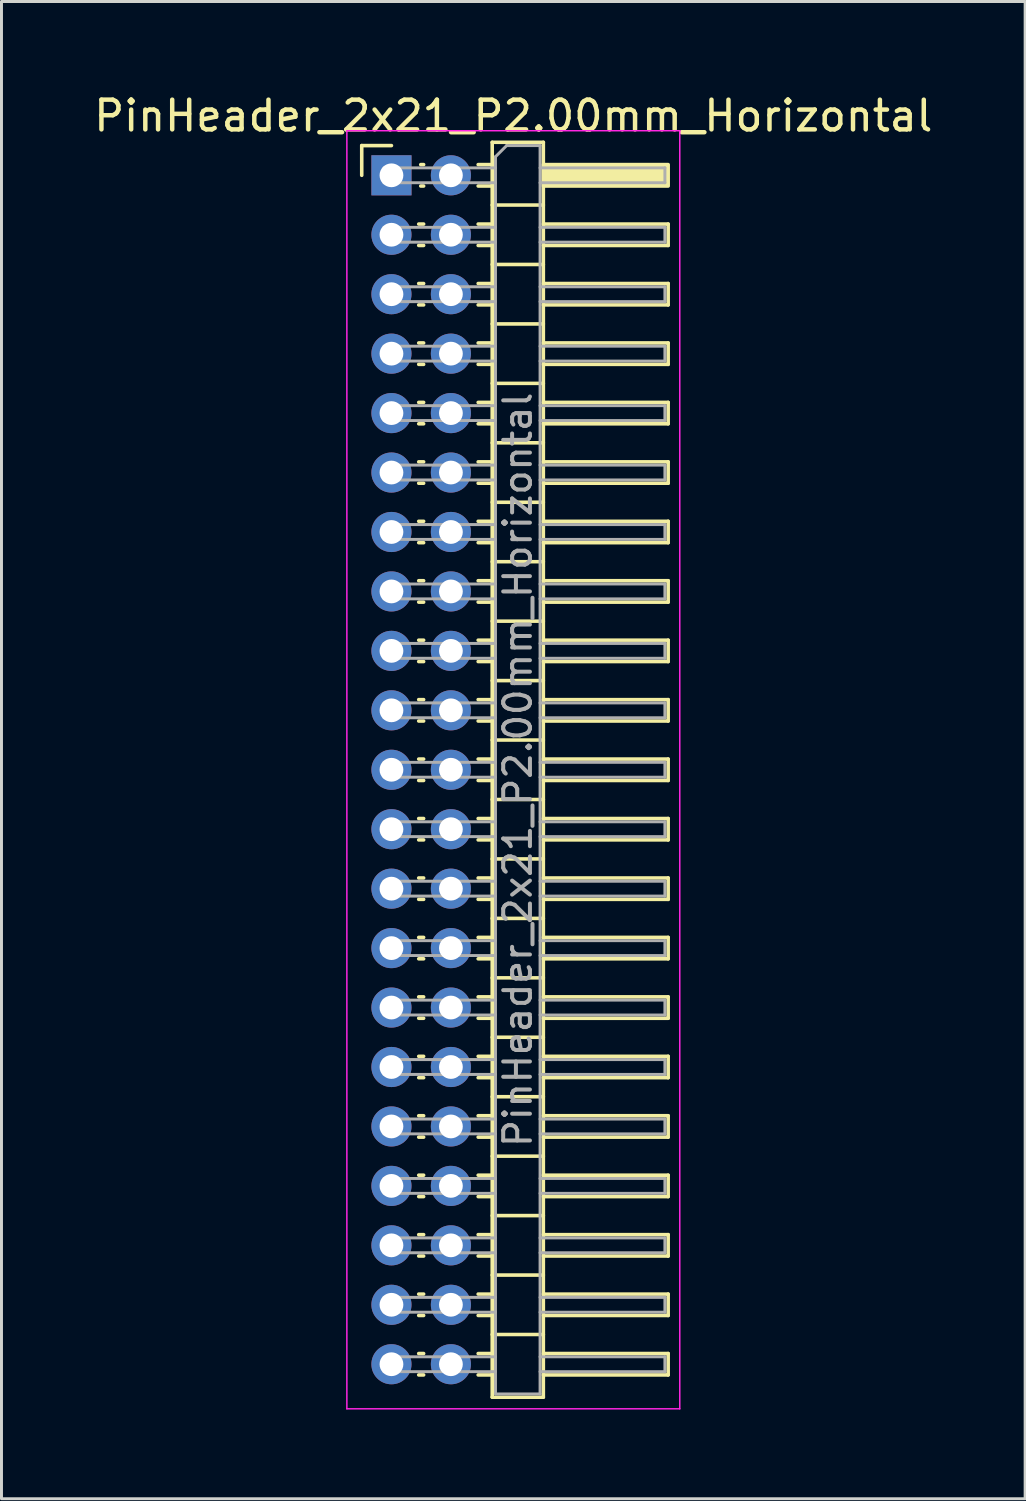
<source format=kicad_pcb>
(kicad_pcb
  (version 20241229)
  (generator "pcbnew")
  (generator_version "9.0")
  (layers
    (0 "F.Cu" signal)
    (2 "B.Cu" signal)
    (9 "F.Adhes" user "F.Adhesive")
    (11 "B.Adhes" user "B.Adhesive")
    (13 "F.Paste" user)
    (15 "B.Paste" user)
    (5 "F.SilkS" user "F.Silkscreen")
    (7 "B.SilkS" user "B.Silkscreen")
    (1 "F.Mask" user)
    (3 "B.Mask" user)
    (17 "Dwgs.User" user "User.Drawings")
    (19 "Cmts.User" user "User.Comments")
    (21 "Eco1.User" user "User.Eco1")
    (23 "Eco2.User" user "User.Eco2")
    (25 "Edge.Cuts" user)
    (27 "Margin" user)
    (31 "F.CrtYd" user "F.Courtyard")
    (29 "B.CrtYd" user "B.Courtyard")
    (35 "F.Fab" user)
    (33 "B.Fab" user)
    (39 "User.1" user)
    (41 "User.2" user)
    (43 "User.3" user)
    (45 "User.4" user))
  (footprint "PinHeader_2x21_P2.00mm_Horizontal"
    (layer "F.Cu")
    (at 10.12 2.848)
    (property "Reference" "PinHeader_2x21_P2.00mm_Horizontal" (at 4.1 -2 0) (layer "F.SilkS") (effects (font (size 1 1) (thickness 0.15))))
    (attr through_hole)
    (fp_line (start -1 -1) (end 0 -1) (stroke (width 0.12) (type solid)) (layer "F.SilkS"))
    (fp_line (start -1 0) (end -1 -1) (stroke (width 0.12) (type solid)) (layer "F.SilkS"))
    (fp_line (start 0.917 1.64) (end 1.083 1.64) (stroke (width 0.12) (type solid)) (layer "F.SilkS"))
    (fp_line (start 0.917 2.36) (end 1.083 2.36) (stroke (width 0.12) (type solid)) (layer "F.SilkS"))
    (fp_line (start 0.917 3.64) (end 1.083 3.64) (stroke (width 0.12) (type solid)) (layer "F.SilkS"))
    (fp_line (start 0.917 4.36) (end 1.083 4.36) (stroke (width 0.12) (type solid)) (layer "F.SilkS"))
    (fp_line (start 0.917 5.64) (end 1.083 5.64) (stroke (width 0.12) (type solid)) (layer "F.SilkS"))
    (fp_line (start 0.917 6.36) (end 1.083 6.36) (stroke (width 0.12) (type solid)) (layer "F.SilkS"))
    (fp_line (start 0.917 7.64) (end 1.083 7.64) (stroke (width 0.12) (type solid)) (layer "F.SilkS"))
    (fp_line (start 0.917 8.36) (end 1.083 8.36) (stroke (width 0.12) (type solid)) (layer "F.SilkS"))
    (fp_line (start 0.917 9.64) (end 1.083 9.64) (stroke (width 0.12) (type solid)) (layer "F.SilkS"))
    (fp_line (start 0.917 10.36) (end 1.083 10.36) (stroke (width 0.12) (type solid)) (layer "F.SilkS"))
    (fp_line (start 0.917 11.64) (end 1.083 11.64) (stroke (width 0.12) (type solid)) (layer "F.SilkS"))
    (fp_line (start 0.917 12.36) (end 1.083 12.36) (stroke (width 0.12) (type solid)) (layer "F.SilkS"))
    (fp_line (start 0.917 13.64) (end 1.083 13.64) (stroke (width 0.12) (type solid)) (layer "F.SilkS"))
    (fp_line (start 0.917 14.36) (end 1.083 14.36) (stroke (width 0.12) (type solid)) (layer "F.SilkS"))
    (fp_line (start 0.917 15.64) (end 1.083 15.64) (stroke (width 0.12) (type solid)) (layer "F.SilkS"))
    (fp_line (start 0.917 16.36) (end 1.083 16.36) (stroke (width 0.12) (type solid)) (layer "F.SilkS"))
    (fp_line (start 0.917 17.64) (end 1.083 17.64) (stroke (width 0.12) (type solid)) (layer "F.SilkS"))
    (fp_line (start 0.917 18.36) (end 1.083 18.36) (stroke (width 0.12) (type solid)) (layer "F.SilkS"))
    (fp_line (start 0.917 19.64) (end 1.083 19.64) (stroke (width 0.12) (type solid)) (layer "F.SilkS"))
    (fp_line (start 0.917 20.36) (end 1.083 20.36) (stroke (width 0.12) (type solid)) (layer "F.SilkS"))
    (fp_line (start 0.917 21.64) (end 1.083 21.64) (stroke (width 0.12) (type solid)) (layer "F.SilkS"))
    (fp_line (start 0.917 22.36) (end 1.083 22.36) (stroke (width 0.12) (type solid)) (layer "F.SilkS"))
    (fp_line (start 0.917 23.64) (end 1.083 23.64) (stroke (width 0.12) (type solid)) (layer "F.SilkS"))
    (fp_line (start 0.917 24.36) (end 1.083 24.36) (stroke (width 0.12) (type solid)) (layer "F.SilkS"))
    (fp_line (start 0.917 25.64) (end 1.083 25.64) (stroke (width 0.12) (type solid)) (layer "F.SilkS"))
    (fp_line (start 0.917 26.36) (end 1.083 26.36) (stroke (width 0.12) (type solid)) (layer "F.SilkS"))
    (fp_line (start 0.917 27.64) (end 1.083 27.64) (stroke (width 0.12) (type solid)) (layer "F.SilkS"))
    (fp_line (start 0.917 28.36) (end 1.083 28.36) (stroke (width 0.12) (type solid)) (layer "F.SilkS"))
    (fp_line (start 0.917 29.64) (end 1.083 29.64) (stroke (width 0.12) (type solid)) (layer "F.SilkS"))
    (fp_line (start 0.917 30.36) (end 1.083 30.36) (stroke (width 0.12) (type solid)) (layer "F.SilkS"))
    (fp_line (start 0.917 31.64) (end 1.083 31.64) (stroke (width 0.12) (type solid)) (layer "F.SilkS"))
    (fp_line (start 0.917 32.36) (end 1.083 32.36) (stroke (width 0.12) (type solid)) (layer "F.SilkS"))
    (fp_line (start 0.917 33.64) (end 1.083 33.64) (stroke (width 0.12) (type solid)) (layer "F.SilkS"))
    (fp_line (start 0.917 34.36) (end 1.083 34.36) (stroke (width 0.12) (type solid)) (layer "F.SilkS"))
    (fp_line (start 0.917 35.64) (end 1.083 35.64) (stroke (width 0.12) (type solid)) (layer "F.SilkS"))
    (fp_line (start 0.917 36.36) (end 1.083 36.36) (stroke (width 0.12) (type solid)) (layer "F.SilkS"))
    (fp_line (start 0.917 37.64) (end 1.083 37.64) (stroke (width 0.12) (type solid)) (layer "F.SilkS"))
    (fp_line (start 0.917 38.36) (end 1.083 38.36) (stroke (width 0.12) (type solid)) (layer "F.SilkS"))
    (fp_line (start 0.917 39.64) (end 1.083 39.64) (stroke (width 0.12) (type solid)) (layer "F.SilkS"))
    (fp_line (start 0.917 40.36) (end 1.083 40.36) (stroke (width 0.12) (type solid)) (layer "F.SilkS"))
    (fp_line (start 0.985 -0.36) (end 1.083 -0.36) (stroke (width 0.12) (type solid)) (layer "F.SilkS"))
    (fp_line (start 0.985 0.36) (end 1.083 0.36) (stroke (width 0.12) (type solid)) (layer "F.SilkS"))
    (fp_line (start 2.917 -0.36) (end 3.39 -0.36) (stroke (width 0.12) (type solid)) (layer "F.SilkS"))
    (fp_line (start 2.917 0.36) (end 3.39 0.36) (stroke (width 0.12) (type solid)) (layer "F.SilkS"))
    (fp_line (start 2.917 1.64) (end 3.39 1.64) (stroke (width 0.12) (type solid)) (layer "F.SilkS"))
    (fp_line (start 2.917 2.36) (end 3.39 2.36) (stroke (width 0.12) (type solid)) (layer "F.SilkS"))
    (fp_line (start 2.917 3.64) (end 3.39 3.64) (stroke (width 0.12) (type solid)) (layer "F.SilkS"))
    (fp_line (start 2.917 4.36) (end 3.39 4.36) (stroke (width 0.12) (type solid)) (layer "F.SilkS"))
    (fp_line (start 2.917 5.64) (end 3.39 5.64) (stroke (width 0.12) (type solid)) (layer "F.SilkS"))
    (fp_line (start 2.917 6.36) (end 3.39 6.36) (stroke (width 0.12) (type solid)) (layer "F.SilkS"))
    (fp_line (start 2.917 7.64) (end 3.39 7.64) (stroke (width 0.12) (type solid)) (layer "F.SilkS"))
    (fp_line (start 2.917 8.36) (end 3.39 8.36) (stroke (width 0.12) (type solid)) (layer "F.SilkS"))
    (fp_line (start 2.917 9.64) (end 3.39 9.64) (stroke (width 0.12) (type solid)) (layer "F.SilkS"))
    (fp_line (start 2.917 10.36) (end 3.39 10.36) (stroke (width 0.12) (type solid)) (layer "F.SilkS"))
    (fp_line (start 2.917 11.64) (end 3.39 11.64) (stroke (width 0.12) (type solid)) (layer "F.SilkS"))
    (fp_line (start 2.917 12.36) (end 3.39 12.36) (stroke (width 0.12) (type solid)) (layer "F.SilkS"))
    (fp_line (start 2.917 13.64) (end 3.39 13.64) (stroke (width 0.12) (type solid)) (layer "F.SilkS"))
    (fp_line (start 2.917 14.36) (end 3.39 14.36) (stroke (width 0.12) (type solid)) (layer "F.SilkS"))
    (fp_line (start 2.917 15.64) (end 3.39 15.64) (stroke (width 0.12) (type solid)) (layer "F.SilkS"))
    (fp_line (start 2.917 16.36) (end 3.39 16.36) (stroke (width 0.12) (type solid)) (layer "F.SilkS"))
    (fp_line (start 2.917 17.64) (end 3.39 17.64) (stroke (width 0.12) (type solid)) (layer "F.SilkS"))
    (fp_line (start 2.917 18.36) (end 3.39 18.36) (stroke (width 0.12) (type solid)) (layer "F.SilkS"))
    (fp_line (start 2.917 19.64) (end 3.39 19.64) (stroke (width 0.12) (type solid)) (layer "F.SilkS"))
    (fp_line (start 2.917 20.36) (end 3.39 20.36) (stroke (width 0.12) (type solid)) (layer "F.SilkS"))
    (fp_line (start 2.917 21.64) (end 3.39 21.64) (stroke (width 0.12) (type solid)) (layer "F.SilkS"))
    (fp_line (start 2.917 22.36) (end 3.39 22.36) (stroke (width 0.12) (type solid)) (layer "F.SilkS"))
    (fp_line (start 2.917 23.64) (end 3.39 23.64) (stroke (width 0.12) (type solid)) (layer "F.SilkS"))
    (fp_line (start 2.917 24.36) (end 3.39 24.36) (stroke (width 0.12) (type solid)) (layer "F.SilkS"))
    (fp_line (start 2.917 25.64) (end 3.39 25.64) (stroke (width 0.12) (type solid)) (layer "F.SilkS"))
    (fp_line (start 2.917 26.36) (end 3.39 26.36) (stroke (width 0.12) (type solid)) (layer "F.SilkS"))
    (fp_line (start 2.917 27.64) (end 3.39 27.64) (stroke (width 0.12) (type solid)) (layer "F.SilkS"))
    (fp_line (start 2.917 28.36) (end 3.39 28.36) (stroke (width 0.12) (type solid)) (layer "F.SilkS"))
    (fp_line (start 2.917 29.64) (end 3.39 29.64) (stroke (width 0.12) (type solid)) (layer "F.SilkS"))
    (fp_line (start 2.917 30.36) (end 3.39 30.36) (stroke (width 0.12) (type solid)) (layer "F.SilkS"))
    (fp_line (start 2.917 31.64) (end 3.39 31.64) (stroke (width 0.12) (type solid)) (layer "F.SilkS"))
    (fp_line (start 2.917 32.36) (end 3.39 32.36) (stroke (width 0.12) (type solid)) (layer "F.SilkS"))
    (fp_line (start 2.917 33.64) (end 3.39 33.64) (stroke (width 0.12) (type solid)) (layer "F.SilkS"))
    (fp_line (start 2.917 34.36) (end 3.39 34.36) (stroke (width 0.12) (type solid)) (layer "F.SilkS"))
    (fp_line (start 2.917 35.64) (end 3.39 35.64) (stroke (width 0.12) (type solid)) (layer "F.SilkS"))
    (fp_line (start 2.917 36.36) (end 3.39 36.36) (stroke (width 0.12) (type solid)) (layer "F.SilkS"))
    (fp_line (start 2.917 37.64) (end 3.39 37.64) (stroke (width 0.12) (type solid)) (layer "F.SilkS"))
    (fp_line (start 2.917 38.36) (end 3.39 38.36) (stroke (width 0.12) (type solid)) (layer "F.SilkS"))
    (fp_line (start 2.917 39.64) (end 3.39 39.64) (stroke (width 0.12) (type solid)) (layer "F.SilkS"))
    (fp_line (start 2.917 40.36) (end 3.39 40.36) (stroke (width 0.12) (type solid)) (layer "F.SilkS"))
    (fp_line (start 3.39 -1.11) (end 3.39 41.11) (stroke (width 0.12) (type solid)) (layer "F.SilkS"))
    (fp_line (start 3.39 1) (end 5.11 1) (stroke (width 0.12) (type solid)) (layer "F.SilkS"))
    (fp_line (start 3.39 3) (end 5.11 3) (stroke (width 0.12) (type solid)) (layer "F.SilkS"))
    (fp_line (start 3.39 5) (end 5.11 5) (stroke (width 0.12) (type solid)) (layer "F.SilkS"))
    (fp_line (start 3.39 7) (end 5.11 7) (stroke (width 0.12) (type solid)) (layer "F.SilkS"))
    (fp_line (start 3.39 9) (end 5.11 9) (stroke (width 0.12) (type solid)) (layer "F.SilkS"))
    (fp_line (start 3.39 11) (end 5.11 11) (stroke (width 0.12) (type solid)) (layer "F.SilkS"))
    (fp_line (start 3.39 13) (end 5.11 13) (stroke (width 0.12) (type solid)) (layer "F.SilkS"))
    (fp_line (start 3.39 15) (end 5.11 15) (stroke (width 0.12) (type solid)) (layer "F.SilkS"))
    (fp_line (start 3.39 17) (end 5.11 17) (stroke (width 0.12) (type solid)) (layer "F.SilkS"))
    (fp_line (start 3.39 19) (end 5.11 19) (stroke (width 0.12) (type solid)) (layer "F.SilkS"))
    (fp_line (start 3.39 21) (end 5.11 21) (stroke (width 0.12) (type solid)) (layer "F.SilkS"))
    (fp_line (start 3.39 23) (end 5.11 23) (stroke (width 0.12) (type solid)) (layer "F.SilkS"))
    (fp_line (start 3.39 25) (end 5.11 25) (stroke (width 0.12) (type solid)) (layer "F.SilkS"))
    (fp_line (start 3.39 27) (end 5.11 27) (stroke (width 0.12) (type solid)) (layer "F.SilkS"))
    (fp_line (start 3.39 29) (end 5.11 29) (stroke (width 0.12) (type solid)) (layer "F.SilkS"))
    (fp_line (start 3.39 31) (end 5.11 31) (stroke (width 0.12) (type solid)) (layer "F.SilkS"))
    (fp_line (start 3.39 33) (end 5.11 33) (stroke (width 0.12) (type solid)) (layer "F.SilkS"))
    (fp_line (start 3.39 35) (end 5.11 35) (stroke (width 0.12) (type solid)) (layer "F.SilkS"))
    (fp_line (start 3.39 37) (end 5.11 37) (stroke (width 0.12) (type solid)) (layer "F.SilkS"))
    (fp_line (start 3.39 39) (end 5.11 39) (stroke (width 0.12) (type solid)) (layer "F.SilkS"))
    (fp_line (start 3.39 41.11) (end 5.11 41.11) (stroke (width 0.12) (type solid)) (layer "F.SilkS"))
    (fp_line (start 5.11 -1.11) (end 3.39 -1.11) (stroke (width 0.12) (type solid)) (layer "F.SilkS"))
    (fp_line (start 5.11 1.64) (end 9.31 1.64) (stroke (width 0.12) (type solid)) (layer "F.SilkS"))
    (fp_line (start 5.11 3.64) (end 9.31 3.64) (stroke (width 0.12) (type solid)) (layer "F.SilkS"))
    (fp_line (start 5.11 5.64) (end 9.31 5.64) (stroke (width 0.12) (type solid)) (layer "F.SilkS"))
    (fp_line (start 5.11 7.64) (end 9.31 7.64) (stroke (width 0.12) (type solid)) (layer "F.SilkS"))
    (fp_line (start 5.11 9.64) (end 9.31 9.64) (stroke (width 0.12) (type solid)) (layer "F.SilkS"))
    (fp_line (start 5.11 11.64) (end 9.31 11.64) (stroke (width 0.12) (type solid)) (layer "F.SilkS"))
    (fp_line (start 5.11 13.64) (end 9.31 13.64) (stroke (width 0.12) (type solid)) (layer "F.SilkS"))
    (fp_line (start 5.11 15.64) (end 9.31 15.64) (stroke (width 0.12) (type solid)) (layer "F.SilkS"))
    (fp_line (start 5.11 17.64) (end 9.31 17.64) (stroke (width 0.12) (type solid)) (layer "F.SilkS"))
    (fp_line (start 5.11 19.64) (end 9.31 19.64) (stroke (width 0.12) (type solid)) (layer "F.SilkS"))
    (fp_line (start 5.11 21.64) (end 9.31 21.64) (stroke (width 0.12) (type solid)) (layer "F.SilkS"))
    (fp_line (start 5.11 23.64) (end 9.31 23.64) (stroke (width 0.12) (type solid)) (layer "F.SilkS"))
    (fp_line (start 5.11 25.64) (end 9.31 25.64) (stroke (width 0.12) (type solid)) (layer "F.SilkS"))
    (fp_line (start 5.11 27.64) (end 9.31 27.64) (stroke (width 0.12) (type solid)) (layer "F.SilkS"))
    (fp_line (start 5.11 29.64) (end 9.31 29.64) (stroke (width 0.12) (type solid)) (layer "F.SilkS"))
    (fp_line (start 5.11 31.64) (end 9.31 31.64) (stroke (width 0.12) (type solid)) (layer "F.SilkS"))
    (fp_line (start 5.11 33.64) (end 9.31 33.64) (stroke (width 0.12) (type solid)) (layer "F.SilkS"))
    (fp_line (start 5.11 35.64) (end 9.31 35.64) (stroke (width 0.12) (type solid)) (layer "F.SilkS"))
    (fp_line (start 5.11 37.64) (end 9.31 37.64) (stroke (width 0.12) (type solid)) (layer "F.SilkS"))
    (fp_line (start 5.11 39.64) (end 9.31 39.64) (stroke (width 0.12) (type solid)) (layer "F.SilkS"))
    (fp_line (start 5.11 41.11) (end 5.11 -1.11) (stroke (width 0.12) (type solid)) (layer "F.SilkS"))
    (fp_line (start 9.31 1.64) (end 9.31 2.36) (stroke (width 0.12) (type solid)) (layer "F.SilkS"))
    (fp_line (start 9.31 2.36) (end 5.11 2.36) (stroke (width 0.12) (type solid)) (layer "F.SilkS"))
    (fp_line (start 9.31 3.64) (end 9.31 4.36) (stroke (width 0.12) (type solid)) (layer "F.SilkS"))
    (fp_line (start 9.31 4.36) (end 5.11 4.36) (stroke (width 0.12) (type solid)) (layer "F.SilkS"))
    (fp_line (start 9.31 5.64) (end 9.31 6.36) (stroke (width 0.12) (type solid)) (layer "F.SilkS"))
    (fp_line (start 9.31 6.36) (end 5.11 6.36) (stroke (width 0.12) (type solid)) (layer "F.SilkS"))
    (fp_line (start 9.31 7.64) (end 9.31 8.36) (stroke (width 0.12) (type solid)) (layer "F.SilkS"))
    (fp_line (start 9.31 8.36) (end 5.11 8.36) (stroke (width 0.12) (type solid)) (layer "F.SilkS"))
    (fp_line (start 9.31 9.64) (end 9.31 10.36) (stroke (width 0.12) (type solid)) (layer "F.SilkS"))
    (fp_line (start 9.31 10.36) (end 5.11 10.36) (stroke (width 0.12) (type solid)) (layer "F.SilkS"))
    (fp_line (start 9.31 11.64) (end 9.31 12.36) (stroke (width 0.12) (type solid)) (layer "F.SilkS"))
    (fp_line (start 9.31 12.36) (end 5.11 12.36) (stroke (width 0.12) (type solid)) (layer "F.SilkS"))
    (fp_line (start 9.31 13.64) (end 9.31 14.36) (stroke (width 0.12) (type solid)) (layer "F.SilkS"))
    (fp_line (start 9.31 14.36) (end 5.11 14.36) (stroke (width 0.12) (type solid)) (layer "F.SilkS"))
    (fp_line (start 9.31 15.64) (end 9.31 16.36) (stroke (width 0.12) (type solid)) (layer "F.SilkS"))
    (fp_line (start 9.31 16.36) (end 5.11 16.36) (stroke (width 0.12) (type solid)) (layer "F.SilkS"))
    (fp_line (start 9.31 17.64) (end 9.31 18.36) (stroke (width 0.12) (type solid)) (layer "F.SilkS"))
    (fp_line (start 9.31 18.36) (end 5.11 18.36) (stroke (width 0.12) (type solid)) (layer "F.SilkS"))
    (fp_line (start 9.31 19.64) (end 9.31 20.36) (stroke (width 0.12) (type solid)) (layer "F.SilkS"))
    (fp_line (start 9.31 20.36) (end 5.11 20.36) (stroke (width 0.12) (type solid)) (layer "F.SilkS"))
    (fp_line (start 9.31 21.64) (end 9.31 22.36) (stroke (width 0.12) (type solid)) (layer "F.SilkS"))
    (fp_line (start 9.31 22.36) (end 5.11 22.36) (stroke (width 0.12) (type solid)) (layer "F.SilkS"))
    (fp_line (start 9.31 23.64) (end 9.31 24.36) (stroke (width 0.12) (type solid)) (layer "F.SilkS"))
    (fp_line (start 9.31 24.36) (end 5.11 24.36) (stroke (width 0.12) (type solid)) (layer "F.SilkS"))
    (fp_line (start 9.31 25.64) (end 9.31 26.36) (stroke (width 0.12) (type solid)) (layer "F.SilkS"))
    (fp_line (start 9.31 26.36) (end 5.11 26.36) (stroke (width 0.12) (type solid)) (layer "F.SilkS"))
    (fp_line (start 9.31 27.64) (end 9.31 28.36) (stroke (width 0.12) (type solid)) (layer "F.SilkS"))
    (fp_line (start 9.31 28.36) (end 5.11 28.36) (stroke (width 0.12) (type solid)) (layer "F.SilkS"))
    (fp_line (start 9.31 29.64) (end 9.31 30.36) (stroke (width 0.12) (type solid)) (layer "F.SilkS"))
    (fp_line (start 9.31 30.36) (end 5.11 30.36) (stroke (width 0.12) (type solid)) (layer "F.SilkS"))
    (fp_line (start 9.31 31.64) (end 9.31 32.36) (stroke (width 0.12) (type solid)) (layer "F.SilkS"))
    (fp_line (start 9.31 32.36) (end 5.11 32.36) (stroke (width 0.12) (type solid)) (layer "F.SilkS"))
    (fp_line (start 9.31 33.64) (end 9.31 34.36) (stroke (width 0.12) (type solid)) (layer "F.SilkS"))
    (fp_line (start 9.31 34.36) (end 5.11 34.36) (stroke (width 0.12) (type solid)) (layer "F.SilkS"))
    (fp_line (start 9.31 35.64) (end 9.31 36.36) (stroke (width 0.12) (type solid)) (layer "F.SilkS"))
    (fp_line (start 9.31 36.36) (end 5.11 36.36) (stroke (width 0.12) (type solid)) (layer "F.SilkS"))
    (fp_line (start 9.31 37.64) (end 9.31 38.36) (stroke (width 0.12) (type solid)) (layer "F.SilkS"))
    (fp_line (start 9.31 38.36) (end 5.11 38.36) (stroke (width 0.12) (type solid)) (layer "F.SilkS"))
    (fp_line (start 9.31 39.64) (end 9.31 40.36) (stroke (width 0.12) (type solid)) (layer "F.SilkS"))
    (fp_line (start 9.31 40.36) (end 5.11 40.36) (stroke (width 0.12) (type solid)) (layer "F.SilkS"))
    (fp_rect (start 5.11 -0.36) (end 9.31 0.36) (stroke (width 0.12) (type solid)) (fill yes) (layer "F.SilkS"))
    (fp_line (start -1.5 -1.5) (end -1.5 41.5) (stroke (width 0.05) (type solid)) (layer "F.CrtYd"))
    (fp_line (start -1.5 41.5) (end 9.7 41.5) (stroke (width 0.05) (type solid)) (layer "F.CrtYd"))
    (fp_line (start 9.7 -1.5) (end -1.5 -1.5) (stroke (width 0.05) (type solid)) (layer "F.CrtYd"))
    (fp_line (start 9.7 41.5) (end 9.7 -1.5) (stroke (width 0.05) (type solid)) (layer "F.CrtYd"))
    (fp_line (start -0.25 -0.25) (end -0.25 0.25) (stroke (width 0.1) (type solid)) (layer "F.Fab"))
    (fp_line (start -0.25 -0.25) (end 3.5 -0.25) (stroke (width 0.1) (type solid)) (layer "F.Fab"))
    (fp_line (start -0.25 0.25) (end 3.5 0.25) (stroke (width 0.1) (type solid)) (layer "F.Fab"))
    (fp_line (start -0.25 1.75) (end -0.25 2.25) (stroke (width 0.1) (type solid)) (layer "F.Fab"))
    (fp_line (start -0.25 1.75) (end 3.5 1.75) (stroke (width 0.1) (type solid)) (layer "F.Fab"))
    (fp_line (start -0.25 2.25) (end 3.5 2.25) (stroke (width 0.1) (type solid)) (layer "F.Fab"))
    (fp_line (start -0.25 3.75) (end -0.25 4.25) (stroke (width 0.1) (type solid)) (layer "F.Fab"))
    (fp_line (start -0.25 3.75) (end 3.5 3.75) (stroke (width 0.1) (type solid)) (layer "F.Fab"))
    (fp_line (start -0.25 4.25) (end 3.5 4.25) (stroke (width 0.1) (type solid)) (layer "F.Fab"))
    (fp_line (start -0.25 5.75) (end -0.25 6.25) (stroke (width 0.1) (type solid)) (layer "F.Fab"))
    (fp_line (start -0.25 5.75) (end 3.5 5.75) (stroke (width 0.1) (type solid)) (layer "F.Fab"))
    (fp_line (start -0.25 6.25) (end 3.5 6.25) (stroke (width 0.1) (type solid)) (layer "F.Fab"))
    (fp_line (start -0.25 7.75) (end -0.25 8.25) (stroke (width 0.1) (type solid)) (layer "F.Fab"))
    (fp_line (start -0.25 7.75) (end 3.5 7.75) (stroke (width 0.1) (type solid)) (layer "F.Fab"))
    (fp_line (start -0.25 8.25) (end 3.5 8.25) (stroke (width 0.1) (type solid)) (layer "F.Fab"))
    (fp_line (start -0.25 9.75) (end -0.25 10.25) (stroke (width 0.1) (type solid)) (layer "F.Fab"))
    (fp_line (start -0.25 9.75) (end 3.5 9.75) (stroke (width 0.1) (type solid)) (layer "F.Fab"))
    (fp_line (start -0.25 10.25) (end 3.5 10.25) (stroke (width 0.1) (type solid)) (layer "F.Fab"))
    (fp_line (start -0.25 11.75) (end -0.25 12.25) (stroke (width 0.1) (type solid)) (layer "F.Fab"))
    (fp_line (start -0.25 11.75) (end 3.5 11.75) (stroke (width 0.1) (type solid)) (layer "F.Fab"))
    (fp_line (start -0.25 12.25) (end 3.5 12.25) (stroke (width 0.1) (type solid)) (layer "F.Fab"))
    (fp_line (start -0.25 13.75) (end -0.25 14.25) (stroke (width 0.1) (type solid)) (layer "F.Fab"))
    (fp_line (start -0.25 13.75) (end 3.5 13.75) (stroke (width 0.1) (type solid)) (layer "F.Fab"))
    (fp_line (start -0.25 14.25) (end 3.5 14.25) (stroke (width 0.1) (type solid)) (layer "F.Fab"))
    (fp_line (start -0.25 15.75) (end -0.25 16.25) (stroke (width 0.1) (type solid)) (layer "F.Fab"))
    (fp_line (start -0.25 15.75) (end 3.5 15.75) (stroke (width 0.1) (type solid)) (layer "F.Fab"))
    (fp_line (start -0.25 16.25) (end 3.5 16.25) (stroke (width 0.1) (type solid)) (layer "F.Fab"))
    (fp_line (start -0.25 17.75) (end -0.25 18.25) (stroke (width 0.1) (type solid)) (layer "F.Fab"))
    (fp_line (start -0.25 17.75) (end 3.5 17.75) (stroke (width 0.1) (type solid)) (layer "F.Fab"))
    (fp_line (start -0.25 18.25) (end 3.5 18.25) (stroke (width 0.1) (type solid)) (layer "F.Fab"))
    (fp_line (start -0.25 19.75) (end -0.25 20.25) (stroke (width 0.1) (type solid)) (layer "F.Fab"))
    (fp_line (start -0.25 19.75) (end 3.5 19.75) (stroke (width 0.1) (type solid)) (layer "F.Fab"))
    (fp_line (start -0.25 20.25) (end 3.5 20.25) (stroke (width 0.1) (type solid)) (layer "F.Fab"))
    (fp_line (start -0.25 21.75) (end -0.25 22.25) (stroke (width 0.1) (type solid)) (layer "F.Fab"))
    (fp_line (start -0.25 21.75) (end 3.5 21.75) (stroke (width 0.1) (type solid)) (layer "F.Fab"))
    (fp_line (start -0.25 22.25) (end 3.5 22.25) (stroke (width 0.1) (type solid)) (layer "F.Fab"))
    (fp_line (start -0.25 23.75) (end -0.25 24.25) (stroke (width 0.1) (type solid)) (layer "F.Fab"))
    (fp_line (start -0.25 23.75) (end 3.5 23.75) (stroke (width 0.1) (type solid)) (layer "F.Fab"))
    (fp_line (start -0.25 24.25) (end 3.5 24.25) (stroke (width 0.1) (type solid)) (layer "F.Fab"))
    (fp_line (start -0.25 25.75) (end -0.25 26.25) (stroke (width 0.1) (type solid)) (layer "F.Fab"))
    (fp_line (start -0.25 25.75) (end 3.5 25.75) (stroke (width 0.1) (type solid)) (layer "F.Fab"))
    (fp_line (start -0.25 26.25) (end 3.5 26.25) (stroke (width 0.1) (type solid)) (layer "F.Fab"))
    (fp_line (start -0.25 27.75) (end -0.25 28.25) (stroke (width 0.1) (type solid)) (layer "F.Fab"))
    (fp_line (start -0.25 27.75) (end 3.5 27.75) (stroke (width 0.1) (type solid)) (layer "F.Fab"))
    (fp_line (start -0.25 28.25) (end 3.5 28.25) (stroke (width 0.1) (type solid)) (layer "F.Fab"))
    (fp_line (start -0.25 29.75) (end -0.25 30.25) (stroke (width 0.1) (type solid)) (layer "F.Fab"))
    (fp_line (start -0.25 29.75) (end 3.5 29.75) (stroke (width 0.1) (type solid)) (layer "F.Fab"))
    (fp_line (start -0.25 30.25) (end 3.5 30.25) (stroke (width 0.1) (type solid)) (layer "F.Fab"))
    (fp_line (start -0.25 31.75) (end -0.25 32.25) (stroke (width 0.1) (type solid)) (layer "F.Fab"))
    (fp_line (start -0.25 31.75) (end 3.5 31.75) (stroke (width 0.1) (type solid)) (layer "F.Fab"))
    (fp_line (start -0.25 32.25) (end 3.5 32.25) (stroke (width 0.1) (type solid)) (layer "F.Fab"))
    (fp_line (start -0.25 33.75) (end -0.25 34.25) (stroke (width 0.1) (type solid)) (layer "F.Fab"))
    (fp_line (start -0.25 33.75) (end 3.5 33.75) (stroke (width 0.1) (type solid)) (layer "F.Fab"))
    (fp_line (start -0.25 34.25) (end 3.5 34.25) (stroke (width 0.1) (type solid)) (layer "F.Fab"))
    (fp_line (start -0.25 35.75) (end -0.25 36.25) (stroke (width 0.1) (type solid)) (layer "F.Fab"))
    (fp_line (start -0.25 35.75) (end 3.5 35.75) (stroke (width 0.1) (type solid)) (layer "F.Fab"))
    (fp_line (start -0.25 36.25) (end 3.5 36.25) (stroke (width 0.1) (type solid)) (layer "F.Fab"))
    (fp_line (start -0.25 37.75) (end -0.25 38.25) (stroke (width 0.1) (type solid)) (layer "F.Fab"))
    (fp_line (start -0.25 37.75) (end 3.5 37.75) (stroke (width 0.1) (type solid)) (layer "F.Fab"))
    (fp_line (start -0.25 38.25) (end 3.5 38.25) (stroke (width 0.1) (type solid)) (layer "F.Fab"))
    (fp_line (start -0.25 39.75) (end -0.25 40.25) (stroke (width 0.1) (type solid)) (layer "F.Fab"))
    (fp_line (start -0.25 39.75) (end 3.5 39.75) (stroke (width 0.1) (type solid)) (layer "F.Fab"))
    (fp_line (start -0.25 40.25) (end 3.5 40.25) (stroke (width 0.1) (type solid)) (layer "F.Fab"))
    (fp_line (start 3.5 -0.625) (end 3.875 -1) (stroke (width 0.1) (type solid)) (layer "F.Fab"))
    (fp_line (start 3.5 41) (end 3.5 -0.625) (stroke (width 0.1) (type solid)) (layer "F.Fab"))
    (fp_line (start 3.875 -1) (end 5 -1) (stroke (width 0.1) (type solid)) (layer "F.Fab"))
    (fp_line (start 5 -1) (end 5 41) (stroke (width 0.1) (type solid)) (layer "F.Fab"))
    (fp_line (start 5 -0.25) (end 9.2 -0.25) (stroke (width 0.1) (type solid)) (layer "F.Fab"))
    (fp_line (start 5 0.25) (end 9.2 0.25) (stroke (width 0.1) (type solid)) (layer "F.Fab"))
    (fp_line (start 5 1.75) (end 9.2 1.75) (stroke (width 0.1) (type solid)) (layer "F.Fab"))
    (fp_line (start 5 2.25) (end 9.2 2.25) (stroke (width 0.1) (type solid)) (layer "F.Fab"))
    (fp_line (start 5 3.75) (end 9.2 3.75) (stroke (width 0.1) (type solid)) (layer "F.Fab"))
    (fp_line (start 5 4.25) (end 9.2 4.25) (stroke (width 0.1) (type solid)) (layer "F.Fab"))
    (fp_line (start 5 5.75) (end 9.2 5.75) (stroke (width 0.1) (type solid)) (layer "F.Fab"))
    (fp_line (start 5 6.25) (end 9.2 6.25) (stroke (width 0.1) (type solid)) (layer "F.Fab"))
    (fp_line (start 5 7.75) (end 9.2 7.75) (stroke (width 0.1) (type solid)) (layer "F.Fab"))
    (fp_line (start 5 8.25) (end 9.2 8.25) (stroke (width 0.1) (type solid)) (layer "F.Fab"))
    (fp_line (start 5 9.75) (end 9.2 9.75) (stroke (width 0.1) (type solid)) (layer "F.Fab"))
    (fp_line (start 5 10.25) (end 9.2 10.25) (stroke (width 0.1) (type solid)) (layer "F.Fab"))
    (fp_line (start 5 11.75) (end 9.2 11.75) (stroke (width 0.1) (type solid)) (layer "F.Fab"))
    (fp_line (start 5 12.25) (end 9.2 12.25) (stroke (width 0.1) (type solid)) (layer "F.Fab"))
    (fp_line (start 5 13.75) (end 9.2 13.75) (stroke (width 0.1) (type solid)) (layer "F.Fab"))
    (fp_line (start 5 14.25) (end 9.2 14.25) (stroke (width 0.1) (type solid)) (layer "F.Fab"))
    (fp_line (start 5 15.75) (end 9.2 15.75) (stroke (width 0.1) (type solid)) (layer "F.Fab"))
    (fp_line (start 5 16.25) (end 9.2 16.25) (stroke (width 0.1) (type solid)) (layer "F.Fab"))
    (fp_line (start 5 17.75) (end 9.2 17.75) (stroke (width 0.1) (type solid)) (layer "F.Fab"))
    (fp_line (start 5 18.25) (end 9.2 18.25) (stroke (width 0.1) (type solid)) (layer "F.Fab"))
    (fp_line (start 5 19.75) (end 9.2 19.75) (stroke (width 0.1) (type solid)) (layer "F.Fab"))
    (fp_line (start 5 20.25) (end 9.2 20.25) (stroke (width 0.1) (type solid)) (layer "F.Fab"))
    (fp_line (start 5 21.75) (end 9.2 21.75) (stroke (width 0.1) (type solid)) (layer "F.Fab"))
    (fp_line (start 5 22.25) (end 9.2 22.25) (stroke (width 0.1) (type solid)) (layer "F.Fab"))
    (fp_line (start 5 23.75) (end 9.2 23.75) (stroke (width 0.1) (type solid)) (layer "F.Fab"))
    (fp_line (start 5 24.25) (end 9.2 24.25) (stroke (width 0.1) (type solid)) (layer "F.Fab"))
    (fp_line (start 5 25.75) (end 9.2 25.75) (stroke (width 0.1) (type solid)) (layer "F.Fab"))
    (fp_line (start 5 26.25) (end 9.2 26.25) (stroke (width 0.1) (type solid)) (layer "F.Fab"))
    (fp_line (start 5 27.75) (end 9.2 27.75) (stroke (width 0.1) (type solid)) (layer "F.Fab"))
    (fp_line (start 5 28.25) (end 9.2 28.25) (stroke (width 0.1) (type solid)) (layer "F.Fab"))
    (fp_line (start 5 29.75) (end 9.2 29.75) (stroke (width 0.1) (type solid)) (layer "F.Fab"))
    (fp_line (start 5 30.25) (end 9.2 30.25) (stroke (width 0.1) (type solid)) (layer "F.Fab"))
    (fp_line (start 5 31.75) (end 9.2 31.75) (stroke (width 0.1) (type solid)) (layer "F.Fab"))
    (fp_line (start 5 32.25) (end 9.2 32.25) (stroke (width 0.1) (type solid)) (layer "F.Fab"))
    (fp_line (start 5 33.75) (end 9.2 33.75) (stroke (width 0.1) (type solid)) (layer "F.Fab"))
    (fp_line (start 5 34.25) (end 9.2 34.25) (stroke (width 0.1) (type solid)) (layer "F.Fab"))
    (fp_line (start 5 35.75) (end 9.2 35.75) (stroke (width 0.1) (type solid)) (layer "F.Fab"))
    (fp_line (start 5 36.25) (end 9.2 36.25) (stroke (width 0.1) (type solid)) (layer "F.Fab"))
    (fp_line (start 5 37.75) (end 9.2 37.75) (stroke (width 0.1) (type solid)) (layer "F.Fab"))
    (fp_line (start 5 38.25) (end 9.2 38.25) (stroke (width 0.1) (type solid)) (layer "F.Fab"))
    (fp_line (start 5 39.75) (end 9.2 39.75) (stroke (width 0.1) (type solid)) (layer "F.Fab"))
    (fp_line (start 5 40.25) (end 9.2 40.25) (stroke (width 0.1) (type solid)) (layer "F.Fab"))
    (fp_line (start 5 41) (end 3.5 41) (stroke (width 0.1) (type solid)) (layer "F.Fab"))
    (fp_line (start 9.2 -0.25) (end 9.2 0.25) (stroke (width 0.1) (type solid)) (layer "F.Fab"))
    (fp_line (start 9.2 1.75) (end 9.2 2.25) (stroke (width 0.1) (type solid)) (layer "F.Fab"))
    (fp_line (start 9.2 3.75) (end 9.2 4.25) (stroke (width 0.1) (type solid)) (layer "F.Fab"))
    (fp_line (start 9.2 5.75) (end 9.2 6.25) (stroke (width 0.1) (type solid)) (layer "F.Fab"))
    (fp_line (start 9.2 7.75) (end 9.2 8.25) (stroke (width 0.1) (type solid)) (layer "F.Fab"))
    (fp_line (start 9.2 9.75) (end 9.2 10.25) (stroke (width 0.1) (type solid)) (layer "F.Fab"))
    (fp_line (start 9.2 11.75) (end 9.2 12.25) (stroke (width 0.1) (type solid)) (layer "F.Fab"))
    (fp_line (start 9.2 13.75) (end 9.2 14.25) (stroke (width 0.1) (type solid)) (layer "F.Fab"))
    (fp_line (start 9.2 15.75) (end 9.2 16.25) (stroke (width 0.1) (type solid)) (layer "F.Fab"))
    (fp_line (start 9.2 17.75) (end 9.2 18.25) (stroke (width 0.1) (type solid)) (layer "F.Fab"))
    (fp_line (start 9.2 19.75) (end 9.2 20.25) (stroke (width 0.1) (type solid)) (layer "F.Fab"))
    (fp_line (start 9.2 21.75) (end 9.2 22.25) (stroke (width 0.1) (type solid)) (layer "F.Fab"))
    (fp_line (start 9.2 23.75) (end 9.2 24.25) (stroke (width 0.1) (type solid)) (layer "F.Fab"))
    (fp_line (start 9.2 25.75) (end 9.2 26.25) (stroke (width 0.1) (type solid)) (layer "F.Fab"))
    (fp_line (start 9.2 27.75) (end 9.2 28.25) (stroke (width 0.1) (type solid)) (layer "F.Fab"))
    (fp_line (start 9.2 29.75) (end 9.2 30.25) (stroke (width 0.1) (type solid)) (layer "F.Fab"))
    (fp_line (start 9.2 31.75) (end 9.2 32.25) (stroke (width 0.1) (type solid)) (layer "F.Fab"))
    (fp_line (start 9.2 33.75) (end 9.2 34.25) (stroke (width 0.1) (type solid)) (layer "F.Fab"))
    (fp_line (start 9.2 35.75) (end 9.2 36.25) (stroke (width 0.1) (type solid)) (layer "F.Fab"))
    (fp_line (start 9.2 37.75) (end 9.2 38.25) (stroke (width 0.1) (type solid)) (layer "F.Fab"))
    (fp_line (start 9.2 39.75) (end 9.2 40.25) (stroke (width 0.1) (type solid)) (layer "F.Fab"))
    (fp_text user "${REFERENCE}" (at 4.25 20 90) (layer "F.Fab") (effects (font (size 0.9 0.9) (thickness 0.135))))
    (pad "1" thru_hole rect (at 0 0) (size 1.35 1.35) (drill 0.8) (layers "*.Cu" "*.Mask"))
    (pad "2" thru_hole circle (at 2 0) (size 1.35 1.35) (drill 0.8) (layers "*.Cu" "*.Mask"))
    (pad "3" thru_hole circle (at 0 2) (size 1.35 1.35) (drill 0.8) (layers "*.Cu" "*.Mask"))
    (pad "4" thru_hole circle (at 2 2) (size 1.35 1.35) (drill 0.8) (layers "*.Cu" "*.Mask"))
    (pad "5" thru_hole circle (at 0 4) (size 1.35 1.35) (drill 0.8) (layers "*.Cu" "*.Mask"))
    (pad "6" thru_hole circle (at 2 4) (size 1.35 1.35) (drill 0.8) (layers "*.Cu" "*.Mask"))
    (pad "7" thru_hole circle (at 0 6) (size 1.35 1.35) (drill 0.8) (layers "*.Cu" "*.Mask"))
    (pad "8" thru_hole circle (at 2 6) (size 1.35 1.35) (drill 0.8) (layers "*.Cu" "*.Mask"))
    (pad "9" thru_hole circle (at 0 8) (size 1.35 1.35) (drill 0.8) (layers "*.Cu" "*.Mask"))
    (pad "10" thru_hole circle (at 2 8) (size 1.35 1.35) (drill 0.8) (layers "*.Cu" "*.Mask"))
    (pad "11" thru_hole circle (at 0 10) (size 1.35 1.35) (drill 0.8) (layers "*.Cu" "*.Mask"))
    (pad "12" thru_hole circle (at 2 10) (size 1.35 1.35) (drill 0.8) (layers "*.Cu" "*.Mask"))
    (pad "13" thru_hole circle (at 0 12) (size 1.35 1.35) (drill 0.8) (layers "*.Cu" "*.Mask"))
    (pad "14" thru_hole circle (at 2 12) (size 1.35 1.35) (drill 0.8) (layers "*.Cu" "*.Mask"))
    (pad "15" thru_hole circle (at 0 14) (size 1.35 1.35) (drill 0.8) (layers "*.Cu" "*.Mask"))
    (pad "16" thru_hole circle (at 2 14) (size 1.35 1.35) (drill 0.8) (layers "*.Cu" "*.Mask"))
    (pad "17" thru_hole circle (at 0 16) (size 1.35 1.35) (drill 0.8) (layers "*.Cu" "*.Mask"))
    (pad "18" thru_hole circle (at 2 16) (size 1.35 1.35) (drill 0.8) (layers "*.Cu" "*.Mask"))
    (pad "19" thru_hole circle (at 0 18) (size 1.35 1.35) (drill 0.8) (layers "*.Cu" "*.Mask"))
    (pad "20" thru_hole circle (at 2 18) (size 1.35 1.35) (drill 0.8) (layers "*.Cu" "*.Mask"))
    (pad "21" thru_hole circle (at 0 20) (size 1.35 1.35) (drill 0.8) (layers "*.Cu" "*.Mask"))
    (pad "22" thru_hole circle (at 2 20) (size 1.35 1.35) (drill 0.8) (layers "*.Cu" "*.Mask"))
    (pad "23" thru_hole circle (at 0 22) (size 1.35 1.35) (drill 0.8) (layers "*.Cu" "*.Mask"))
    (pad "24" thru_hole circle (at 2 22) (size 1.35 1.35) (drill 0.8) (layers "*.Cu" "*.Mask"))
    (pad "25" thru_hole circle (at 0 24) (size 1.35 1.35) (drill 0.8) (layers "*.Cu" "*.Mask"))
    (pad "26" thru_hole circle (at 2 24) (size 1.35 1.35) (drill 0.8) (layers "*.Cu" "*.Mask"))
    (pad "27" thru_hole circle (at 0 26) (size 1.35 1.35) (drill 0.8) (layers "*.Cu" "*.Mask"))
    (pad "28" thru_hole circle (at 2 26) (size 1.35 1.35) (drill 0.8) (layers "*.Cu" "*.Mask"))
    (pad "29" thru_hole circle (at 0 28) (size 1.35 1.35) (drill 0.8) (layers "*.Cu" "*.Mask"))
    (pad "30" thru_hole circle (at 2 28) (size 1.35 1.35) (drill 0.8) (layers "*.Cu" "*.Mask"))
    (pad "31" thru_hole circle (at 0 30) (size 1.35 1.35) (drill 0.8) (layers "*.Cu" "*.Mask"))
    (pad "32" thru_hole circle (at 2 30) (size 1.35 1.35) (drill 0.8) (layers "*.Cu" "*.Mask"))
    (pad "33" thru_hole circle (at 0 32) (size 1.35 1.35) (drill 0.8) (layers "*.Cu" "*.Mask"))
    (pad "34" thru_hole circle (at 2 32) (size 1.35 1.35) (drill 0.8) (layers "*.Cu" "*.Mask"))
    (pad "35" thru_hole circle (at 0 34) (size 1.35 1.35) (drill 0.8) (layers "*.Cu" "*.Mask"))
    (pad "36" thru_hole circle (at 2 34) (size 1.35 1.35) (drill 0.8) (layers "*.Cu" "*.Mask"))
    (pad "37" thru_hole circle (at 0 36) (size 1.35 1.35) (drill 0.8) (layers "*.Cu" "*.Mask"))
    (pad "38" thru_hole circle (at 2 36) (size 1.35 1.35) (drill 0.8) (layers "*.Cu" "*.Mask"))
    (pad "39" thru_hole circle (at 0 38) (size 1.35 1.35) (drill 0.8) (layers "*.Cu" "*.Mask"))
    (pad "40" thru_hole circle (at 2 38) (size 1.35 1.35) (drill 0.8) (layers "*.Cu" "*.Mask"))
    (pad "41" thru_hole circle (at 0 40) (size 1.35 1.35) (drill 0.8) (layers "*.Cu" "*.Mask"))
    (pad "42" thru_hole circle (at 2 40) (size 1.35 1.35) (drill 0.8) (layers "*.Cu" "*.Mask")))
  (gr_rect
    (start -3 -3)
    (end 31.44 47.373)
    (stroke (width 0.1) (type default))
    (fill no)
    (layer "Edge.Cuts")))
</source>
